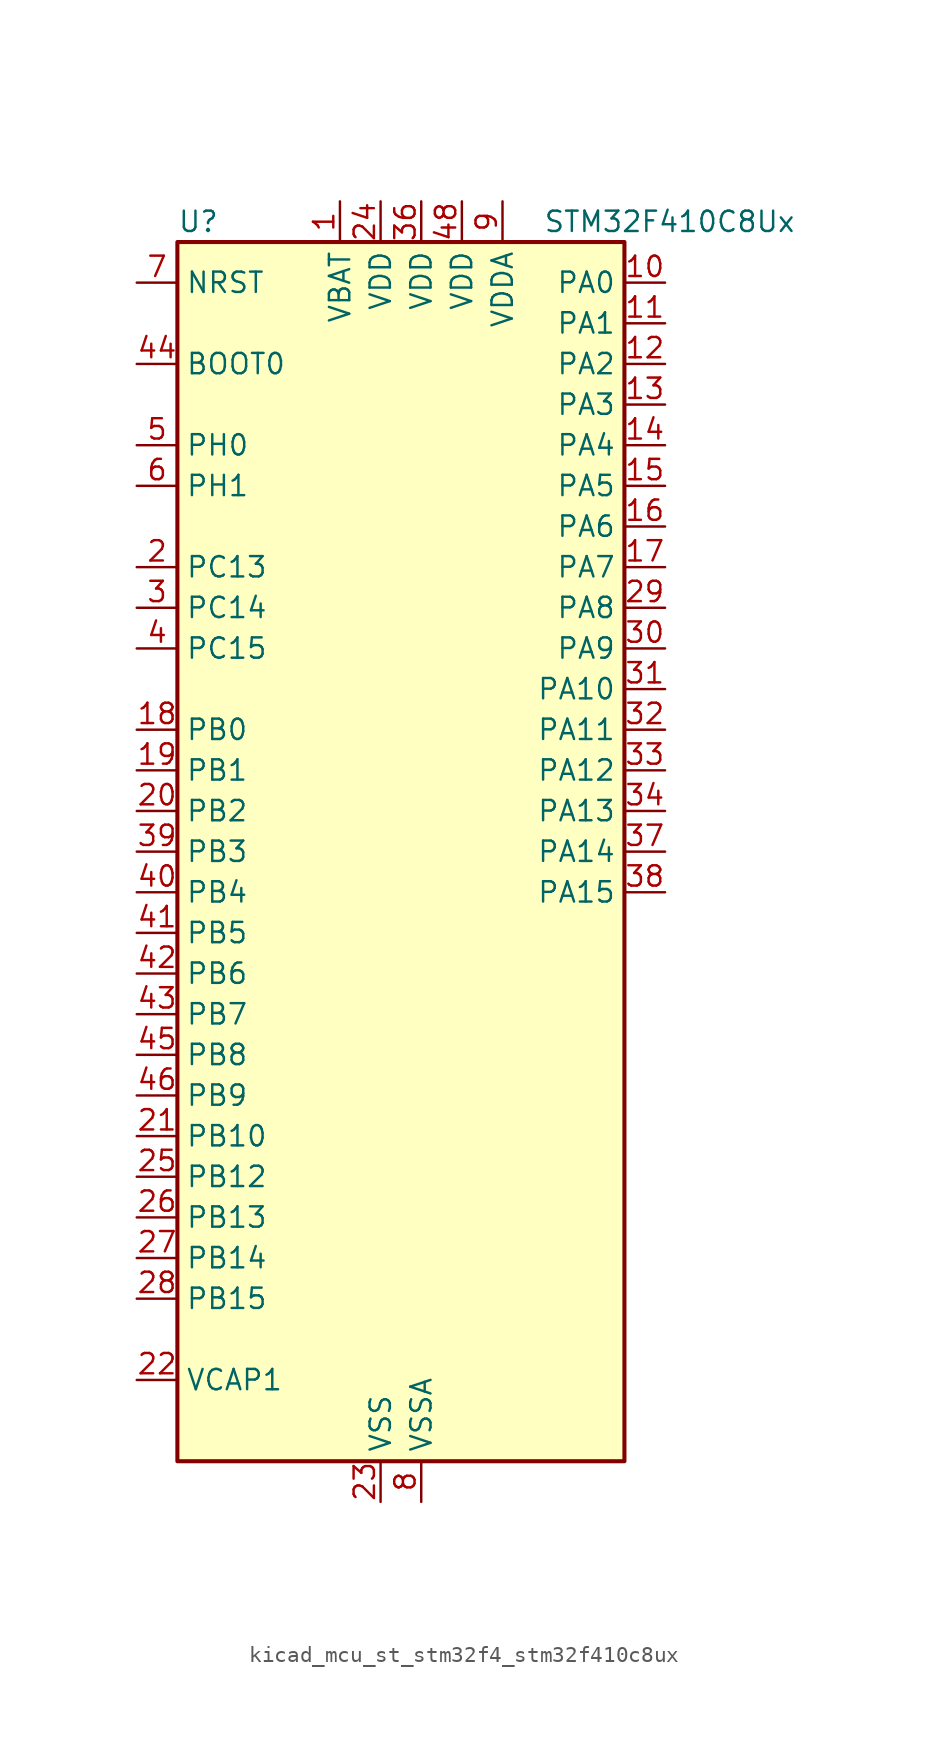
<source format=kicad_sym>
(kicad_symbol_lib
  (version 20220914)
  (generator kicad_symbol_editor)
  (symbol "kicad_mcu_st_stm32f4_stm32f410c8ux"
    (property "Reference" "U"
      (at -12.7 39.37 0)
      (effects (font (size 1.27 1.27)) (justify left)))
    (property "Value" "STM32F410C8Ux"
      (at 10.16 39.37 0)
      (effects (font (size 1.27 1.27)) (justify left)))
    (property "ki_locked" ""
      (at 0 0 0)
      (effects (font (size 1.27 1.27))))
    (symbol "kicad_mcu_st_stm32f4_stm32f410c8ux_0_1"
      (rectangle (start -12.7 -38.1) (end 15.24 38.1) (stroke (width 0.254) (type default)) (fill (type background))))
    (symbol "kicad_mcu_st_stm32f4_stm32f410c8ux_1_1"
      (pin power_in line (at -2.54 40.64 270) (length 2.54) (name "VBAT" (effects (font (size 1.27 1.27)))) (number "1" (effects (font (size 1.27 1.27)))))
      (pin bidirectional line (at 17.78 35.56 180) (length 2.54) (name "PA0" (effects (font (size 1.27 1.27)))) (number "10" (effects (font (size 1.27 1.27)))) (alternate "ADC1_IN0" bidirectional line) (alternate "SYS_WKUP1" bidirectional line) (alternate "TIM5_CH1" bidirectional line) (alternate "USART2_CTS" bidirectional line))
      (pin bidirectional line (at 17.78 33.02 180) (length 2.54) (name "PA1" (effects (font (size 1.27 1.27)))) (number "11" (effects (font (size 1.27 1.27)))) (alternate "ADC1_IN1" bidirectional line) (alternate "TIM5_CH2" bidirectional line) (alternate "USART2_RTS" bidirectional line))
      (pin bidirectional line (at 17.78 30.48 180) (length 2.54) (name "PA2" (effects (font (size 1.27 1.27)))) (number "12" (effects (font (size 1.27 1.27)))) (alternate "ADC1_IN2" bidirectional line) (alternate "I2S_CKIN" bidirectional line) (alternate "TIM5_CH3" bidirectional line) (alternate "TIM9_CH1" bidirectional line) (alternate "USART2_TX" bidirectional line))
      (pin bidirectional line (at 17.78 27.94 180) (length 2.54) (name "PA3" (effects (font (size 1.27 1.27)))) (number "13" (effects (font (size 1.27 1.27)))) (alternate "ADC1_IN3" bidirectional line) (alternate "I2S2_MCK" bidirectional line) (alternate "TIM5_CH4" bidirectional line) (alternate "TIM9_CH2" bidirectional line) (alternate "USART2_RX" bidirectional line))
      (pin bidirectional line (at 17.78 25.4 180) (length 2.54) (name "PA4" (effects (font (size 1.27 1.27)))) (number "14" (effects (font (size 1.27 1.27)))) (alternate "ADC1_IN4" bidirectional line) (alternate "I2S1_WS" bidirectional line) (alternate "SPI1_NSS" bidirectional line) (alternate "USART2_CK" bidirectional line))
      (pin bidirectional line (at 17.78 22.86 180) (length 2.54) (name "PA5" (effects (font (size 1.27 1.27)))) (number "15" (effects (font (size 1.27 1.27)))) (alternate "ADC1_IN5" bidirectional line) (alternate "DAC_OUT1" bidirectional line) (alternate "I2S1_CK" bidirectional line) (alternate "SPI1_SCK" bidirectional line))
      (pin bidirectional line (at 17.78 20.32 180) (length 2.54) (name "PA6" (effects (font (size 1.27 1.27)))) (number "16" (effects (font (size 1.27 1.27)))) (alternate "ADC1_IN6" bidirectional line) (alternate "I2S2_MCK" bidirectional line) (alternate "SPI1_MISO" bidirectional line) (alternate "TIM1_BKIN" bidirectional line))
      (pin bidirectional line (at 17.78 17.78 180) (length 2.54) (name "PA7" (effects (font (size 1.27 1.27)))) (number "17" (effects (font (size 1.27 1.27)))) (alternate "ADC1_IN7" bidirectional line) (alternate "I2S1_SD" bidirectional line) (alternate "SPI1_MOSI" bidirectional line) (alternate "TIM1_CH1N" bidirectional line))
      (pin bidirectional line (at -15.24 7.62 0) (length 2.54) (name "PB0" (effects (font (size 1.27 1.27)))) (number "18" (effects (font (size 1.27 1.27)))) (alternate "ADC1_IN8" bidirectional line) (alternate "I2S5_CK" bidirectional line) (alternate "SPI5_SCK" bidirectional line) (alternate "TIM1_CH2N" bidirectional line))
      (pin bidirectional line (at -15.24 5.08 0) (length 2.54) (name "PB1" (effects (font (size 1.27 1.27)))) (number "19" (effects (font (size 1.27 1.27)))) (alternate "ADC1_IN9" bidirectional line) (alternate "I2S5_WS" bidirectional line) (alternate "SPI5_NSS" bidirectional line) (alternate "TIM1_CH3N" bidirectional line))
      (pin bidirectional line (at -15.24 17.78 0) (length 2.54) (name "PC13" (effects (font (size 1.27 1.27)))) (number "2" (effects (font (size 1.27 1.27)))) (alternate "RTC_AF1" bidirectional line))
      (pin bidirectional line (at -15.24 2.54 0) (length 2.54) (name "PB2" (effects (font (size 1.27 1.27)))) (number "20" (effects (font (size 1.27 1.27)))) (alternate "LPTIM1_OUT" bidirectional line))
      (pin bidirectional line (at -15.24 -17.78 0) (length 2.54) (name "PB10" (effects (font (size 1.27 1.27)))) (number "21" (effects (font (size 1.27 1.27)))) (alternate "FMPI2C1_SCL" bidirectional line) (alternate "I2C2_SCL" bidirectional line) (alternate "I2S1_MCK" bidirectional line) (alternate "I2S2_CK" bidirectional line) (alternate "SPI2_SCK" bidirectional line))
      (pin power_out line (at -15.24 -33.02 0) (length 2.54) (name "VCAP1" (effects (font (size 1.27 1.27)))) (number "22" (effects (font (size 1.27 1.27)))))
      (pin power_in line (at 0 -40.64 90) (length 2.54) (name "VSS" (effects (font (size 1.27 1.27)))) (number "23" (effects (font (size 1.27 1.27)))))
      (pin power_in line (at 0 40.64 270) (length 2.54) (name "VDD" (effects (font (size 1.27 1.27)))) (number "24" (effects (font (size 1.27 1.27)))))
      (pin bidirectional line (at -15.24 -20.32 0) (length 2.54) (name "PB12" (effects (font (size 1.27 1.27)))) (number "25" (effects (font (size 1.27 1.27)))) (alternate "I2C2_SMBA" bidirectional line) (alternate "I2S2_WS" bidirectional line) (alternate "SPI2_NSS" bidirectional line) (alternate "TIM1_BKIN" bidirectional line) (alternate "TIM5_CH1" bidirectional line))
      (pin bidirectional line (at -15.24 -22.86 0) (length 2.54) (name "PB13" (effects (font (size 1.27 1.27)))) (number "26" (effects (font (size 1.27 1.27)))) (alternate "FMPI2C1_SMBA" bidirectional line) (alternate "I2S2_CK" bidirectional line) (alternate "SPI2_SCK" bidirectional line) (alternate "TIM1_CH1N" bidirectional line))
      (pin bidirectional line (at -15.24 -25.4 0) (length 2.54) (name "PB14" (effects (font (size 1.27 1.27)))) (number "27" (effects (font (size 1.27 1.27)))) (alternate "FMPI2C1_SDA" bidirectional line) (alternate "SPI2_MISO" bidirectional line) (alternate "TIM1_CH2N" bidirectional line))
      (pin bidirectional line (at -15.24 -27.94 0) (length 2.54) (name "PB15" (effects (font (size 1.27 1.27)))) (number "28" (effects (font (size 1.27 1.27)))) (alternate "ADC1_EXTI15" bidirectional line) (alternate "FMPI2C1_SCL" bidirectional line) (alternate "I2S2_SD" bidirectional line) (alternate "RTC_REFIN" bidirectional line) (alternate "SPI2_MOSI" bidirectional line) (alternate "TIM1_CH3N" bidirectional line))
      (pin bidirectional line (at 17.78 15.24 180) (length 2.54) (name "PA8" (effects (font (size 1.27 1.27)))) (number "29" (effects (font (size 1.27 1.27)))) (alternate "FMPI2C1_SCL" bidirectional line) (alternate "RCC_MCO_1" bidirectional line) (alternate "TIM1_CH1" bidirectional line) (alternate "USART1_CK" bidirectional line))
      (pin bidirectional line (at -15.24 15.24 0) (length 2.54) (name "PC14" (effects (font (size 1.27 1.27)))) (number "3" (effects (font (size 1.27 1.27)))) (alternate "RCC_OSC32_IN" bidirectional line))
      (pin bidirectional line (at 17.78 12.7 180) (length 2.54) (name "PA9" (effects (font (size 1.27 1.27)))) (number "30" (effects (font (size 1.27 1.27)))) (alternate "DAC_EXTI9" bidirectional line) (alternate "TIM1_CH2" bidirectional line) (alternate "USART1_TX" bidirectional line))
      (pin bidirectional line (at 17.78 10.16 180) (length 2.54) (name "PA10" (effects (font (size 1.27 1.27)))) (number "31" (effects (font (size 1.27 1.27)))) (alternate "I2S5_SD" bidirectional line) (alternate "SPI5_MOSI" bidirectional line) (alternate "TIM1_CH3" bidirectional line) (alternate "USART1_RX" bidirectional line))
      (pin bidirectional line (at 17.78 7.62 180) (length 2.54) (name "PA11" (effects (font (size 1.27 1.27)))) (number "32" (effects (font (size 1.27 1.27)))) (alternate "ADC1_EXTI11" bidirectional line) (alternate "TIM1_CH4" bidirectional line) (alternate "USART1_CTS" bidirectional line) (alternate "USART6_TX" bidirectional line))
      (pin bidirectional line (at 17.78 5.08 180) (length 2.54) (name "PA12" (effects (font (size 1.27 1.27)))) (number "33" (effects (font (size 1.27 1.27)))) (alternate "SPI5_MISO" bidirectional line) (alternate "TIM1_ETR" bidirectional line) (alternate "USART1_RTS" bidirectional line) (alternate "USART6_RX" bidirectional line))
      (pin bidirectional line (at 17.78 2.54 180) (length 2.54) (name "PA13" (effects (font (size 1.27 1.27)))) (number "34" (effects (font (size 1.27 1.27)))) (alternate "SYS_JTMS-SWDIO" bidirectional line))
      (pin passive line (at 0 -40.64 90) (length 2.54) hide (name "VSS" (effects (font (size 1.27 1.27)))) (number "35" (effects (font (size 1.27 1.27)))))
      (pin power_in line (at 2.54 40.64 270) (length 2.54) (name "VDD" (effects (font (size 1.27 1.27)))) (number "36" (effects (font (size 1.27 1.27)))))
      (pin bidirectional line (at 17.78 0 180) (length 2.54) (name "PA14" (effects (font (size 1.27 1.27)))) (number "37" (effects (font (size 1.27 1.27)))) (alternate "SYS_JTCK-SWCLK" bidirectional line))
      (pin bidirectional line (at 17.78 -2.54 180) (length 2.54) (name "PA15" (effects (font (size 1.27 1.27)))) (number "38" (effects (font (size 1.27 1.27)))) (alternate "ADC1_EXTI15" bidirectional line) (alternate "I2S1_WS" bidirectional line) (alternate "SPI1_NSS" bidirectional line) (alternate "SYS_JTDI" bidirectional line) (alternate "USART1_TX" bidirectional line))
      (pin bidirectional line (at -15.24 0 0) (length 2.54) (name "PB3" (effects (font (size 1.27 1.27)))) (number "39" (effects (font (size 1.27 1.27)))) (alternate "FMPI2C1_SDA" bidirectional line) (alternate "I2C2_SDA" bidirectional line) (alternate "I2S1_CK" bidirectional line) (alternate "SPI1_SCK" bidirectional line) (alternate "SYS_JTDO-SWO" bidirectional line) (alternate "USART1_RX" bidirectional line))
      (pin bidirectional line (at -15.24 12.7 0) (length 2.54) (name "PC15" (effects (font (size 1.27 1.27)))) (number "4" (effects (font (size 1.27 1.27)))) (alternate "ADC1_EXTI15" bidirectional line) (alternate "RCC_OSC32_OUT" bidirectional line))
      (pin bidirectional line (at -15.24 -2.54 0) (length 2.54) (name "PB4" (effects (font (size 1.27 1.27)))) (number "40" (effects (font (size 1.27 1.27)))) (alternate "SPI1_MISO" bidirectional line) (alternate "SYS_JTRST" bidirectional line))
      (pin bidirectional line (at -15.24 -5.08 0) (length 2.54) (name "PB5" (effects (font (size 1.27 1.27)))) (number "41" (effects (font (size 1.27 1.27)))) (alternate "I2C1_SMBA" bidirectional line) (alternate "I2S1_SD" bidirectional line) (alternate "LPTIM1_IN1" bidirectional line) (alternate "SPI1_MOSI" bidirectional line))
      (pin bidirectional line (at -15.24 -7.62 0) (length 2.54) (name "PB6" (effects (font (size 1.27 1.27)))) (number "42" (effects (font (size 1.27 1.27)))) (alternate "I2C1_SCL" bidirectional line) (alternate "LPTIM1_ETR" bidirectional line) (alternate "USART1_TX" bidirectional line))
      (pin bidirectional line (at -15.24 -10.16 0) (length 2.54) (name "PB7" (effects (font (size 1.27 1.27)))) (number "43" (effects (font (size 1.27 1.27)))) (alternate "I2C1_SDA" bidirectional line) (alternate "LPTIM1_IN2" bidirectional line) (alternate "USART1_RX" bidirectional line))
      (pin input line (at -15.24 30.48 0) (length 2.54) (name "BOOT0" (effects (font (size 1.27 1.27)))) (number "44" (effects (font (size 1.27 1.27)))))
      (pin bidirectional line (at -15.24 -12.7 0) (length 2.54) (name "PB8" (effects (font (size 1.27 1.27)))) (number "45" (effects (font (size 1.27 1.27)))) (alternate "I2C1_SCL" bidirectional line) (alternate "I2S5_SD" bidirectional line) (alternate "LPTIM1_OUT" bidirectional line) (alternate "SPI5_MOSI" bidirectional line))
      (pin bidirectional line (at -15.24 -15.24 0) (length 2.54) (name "PB9" (effects (font (size 1.27 1.27)))) (number "46" (effects (font (size 1.27 1.27)))) (alternate "DAC_EXTI9" bidirectional line) (alternate "I2C1_SDA" bidirectional line) (alternate "I2C2_SDA" bidirectional line) (alternate "I2S2_WS" bidirectional line) (alternate "SPI2_NSS" bidirectional line) (alternate "TIM11_CH1" bidirectional line))
      (pin passive line (at 0 -40.64 90) (length 2.54) hide (name "VSS" (effects (font (size 1.27 1.27)))) (number "47" (effects (font (size 1.27 1.27)))))
      (pin power_in line (at 5.08 40.64 270) (length 2.54) (name "VDD" (effects (font (size 1.27 1.27)))) (number "48" (effects (font (size 1.27 1.27)))))
      (pin passive line (at 0 -40.64 90) (length 2.54) hide (name "VSS" (effects (font (size 1.27 1.27)))) (number "49" (effects (font (size 1.27 1.27)))))
      (pin bidirectional line (at -15.24 25.4 0) (length 2.54) (name "PH0" (effects (font (size 1.27 1.27)))) (number "5" (effects (font (size 1.27 1.27)))) (alternate "RCC_OSC_IN" bidirectional line))
      (pin bidirectional line (at -15.24 22.86 0) (length 2.54) (name "PH1" (effects (font (size 1.27 1.27)))) (number "6" (effects (font (size 1.27 1.27)))) (alternate "RCC_OSC_OUT" bidirectional line))
      (pin input line (at -15.24 35.56 0) (length 2.54) (name "NRST" (effects (font (size 1.27 1.27)))) (number "7" (effects (font (size 1.27 1.27)))))
      (pin power_in line (at 2.54 -40.64 90) (length 2.54) (name "VSSA" (effects (font (size 1.27 1.27)))) (number "8" (effects (font (size 1.27 1.27)))))
      (pin power_in line (at 7.62 40.64 270) (length 2.54) (name "VDDA" (effects (font (size 1.27 1.27)))) (number "9" (effects (font (size 1.27 1.27))))))))
</source>
